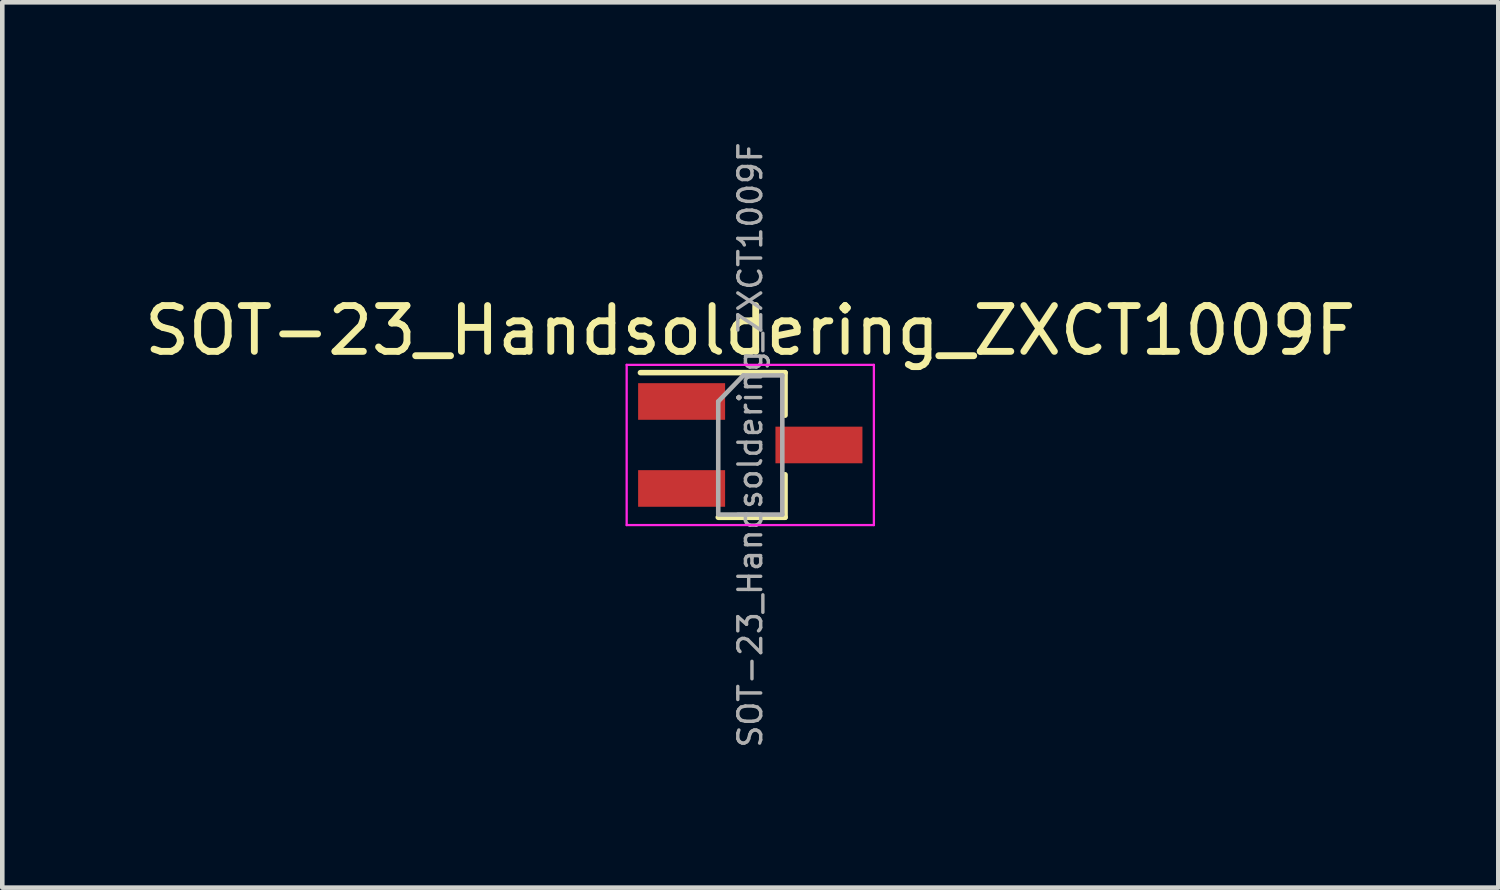
<source format=kicad_pcb>
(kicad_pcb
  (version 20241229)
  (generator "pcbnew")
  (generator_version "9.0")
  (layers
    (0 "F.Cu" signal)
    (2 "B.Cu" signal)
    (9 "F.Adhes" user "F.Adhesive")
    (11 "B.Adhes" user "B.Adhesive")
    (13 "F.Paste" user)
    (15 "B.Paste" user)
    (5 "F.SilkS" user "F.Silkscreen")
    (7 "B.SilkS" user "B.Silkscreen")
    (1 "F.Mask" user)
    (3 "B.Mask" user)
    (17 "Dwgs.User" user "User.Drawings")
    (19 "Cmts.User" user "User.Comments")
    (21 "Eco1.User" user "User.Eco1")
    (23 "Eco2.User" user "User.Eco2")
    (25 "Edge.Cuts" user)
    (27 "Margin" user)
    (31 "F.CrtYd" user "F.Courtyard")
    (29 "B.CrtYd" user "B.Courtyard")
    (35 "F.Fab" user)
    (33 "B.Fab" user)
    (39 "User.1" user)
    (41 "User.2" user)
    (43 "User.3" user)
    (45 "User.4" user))
  (footprint "SOT-23_Handsoldering_ZXCT1009F"
    (layer "F.Cu")
    (at 13.339 6.67)
    (property "Reference" "SOT-23_Handsoldering_ZXCT1009F" (at 0 -2.5 0) (layer "F.SilkS") (effects (font (size 1 1) (thickness 0.15))))
    (attr smd)
    (fp_line (start 0.76 -1.58) (end -2.4 -1.58) (stroke (width 0.12) (type solid)) (layer "F.SilkS"))
    (fp_line (start 0.76 -1.58) (end 0.76 -0.65) (stroke (width 0.12) (type solid)) (layer "F.SilkS"))
    (fp_line (start 0.76 1.58) (end -0.7 1.58) (stroke (width 0.12) (type solid)) (layer "F.SilkS"))
    (fp_line (start 0.76 1.58) (end 0.76 0.65) (stroke (width 0.12) (type solid)) (layer "F.SilkS"))
    (fp_line (start -2.7 -1.75) (end 2.7 -1.75) (stroke (width 0.05) (type solid)) (layer "F.CrtYd"))
    (fp_line (start -2.7 1.75) (end -2.7 -1.75) (stroke (width 0.05) (type solid)) (layer "F.CrtYd"))
    (fp_line (start 2.7 -1.75) (end 2.7 1.75) (stroke (width 0.05) (type solid)) (layer "F.CrtYd"))
    (fp_line (start 2.7 1.75) (end -2.7 1.75) (stroke (width 0.05) (type solid)) (layer "F.CrtYd"))
    (fp_line (start -0.7 -0.95) (end -0.7 1.5) (stroke (width 0.1) (type solid)) (layer "F.Fab"))
    (fp_line (start -0.7 -0.95) (end -0.15 -1.52) (stroke (width 0.1) (type solid)) (layer "F.Fab"))
    (fp_line (start -0.7 1.52) (end 0.7 1.52) (stroke (width 0.1) (type solid)) (layer "F.Fab"))
    (fp_line (start -0.15 -1.52) (end 0.7 -1.52) (stroke (width 0.1) (type solid)) (layer "F.Fab"))
    (fp_line (start 0.7 -1.52) (end 0.7 1.52) (stroke (width 0.1) (type solid)) (layer "F.Fab"))
    (fp_text user "${REFERENCE}" (at 0 0 90) (layer "F.Fab") (effects (font (size 0.5 0.5) (thickness 0.075))))
    (pad "1" smd rect (at -1.5 -0.95) (size 1.9 0.8) (layers "F.Cu" "F.Mask" "F.Paste"))
    (pad "2" smd rect (at -1.5 0.95) (size 1.9 0.8) (layers "F.Cu" "F.Mask" "F.Paste"))
    (pad "3" smd rect (at 1.5 0) (size 1.9 0.8) (layers "F.Cu" "F.Mask" "F.Paste")))
  (gr_rect
    (start -3 -3)
    (end 29.679 16.339)
    (stroke (width 0.1) (type default))
    (fill no)
    (layer "Edge.Cuts")))
</source>
